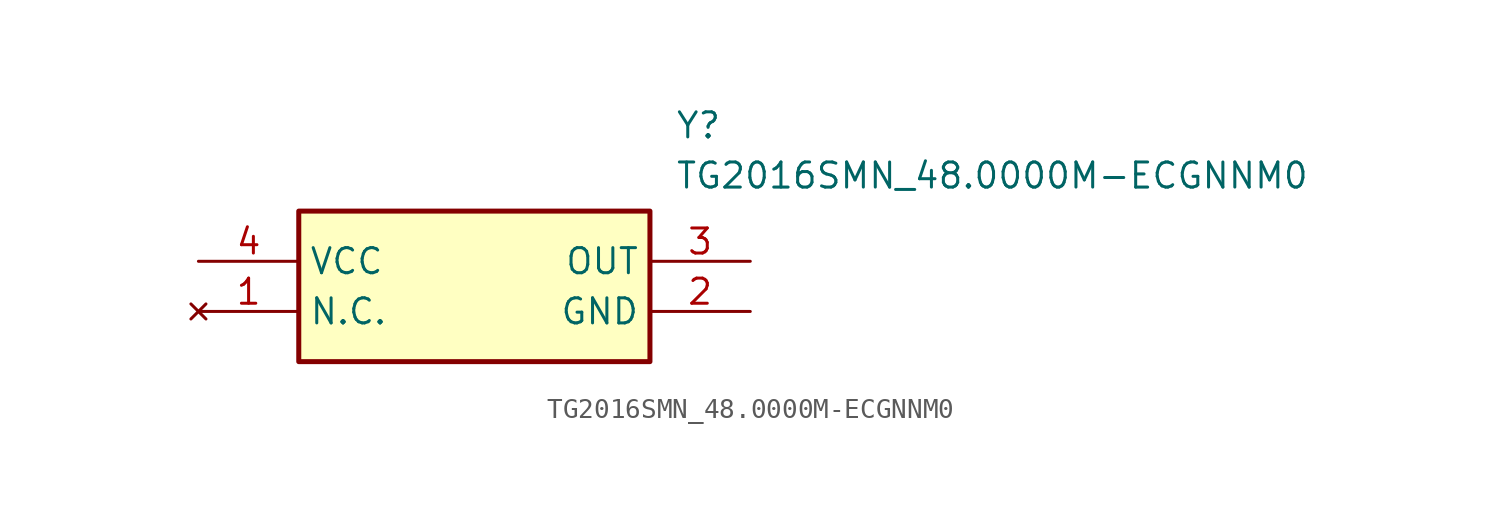
<source format=kicad_sym>
(kicad_symbol_lib
  (version 20211014)
  (generator SamacSys_ECAD_Model)
  (symbol "TG2016SMN_48.0000M-ECGNNM0"
    (property "Reference" "Y"
      (at 24.13 7.62 0)
      (effects (font (size 1.27 1.27)) (justify left top)))
    (property "Value" "TG2016SMN_48.0000M-ECGNNM0"
      (at 24.13 5.08 0)
      (effects (font (size 1.27 1.27)) (justify left top)))
    (rectangle
      (start 5.08 2.54)
      (end 22.86 -5.08)
      (stroke (width 0.254) (type default))
      (fill (type background)))
    (pin no_connect line
      (at 0 -2.54 0)
      (length 5.08)
      (name "N.C." (effects (font (size 1.27 1.27))))
      (number "1" (effects (font (size 1.27 1.27)))))
    (pin passive line
      (at 27.94 -2.54 180)
      (length 5.08)
      (name "GND" (effects (font (size 1.27 1.27))))
      (number "2" (effects (font (size 1.27 1.27)))))
    (pin passive line
      (at 27.94 0 180)
      (length 5.08)
      (name "OUT" (effects (font (size 1.27 1.27))))
      (number "3" (effects (font (size 1.27 1.27)))))
    (pin passive line
      (at 0 0 0)
      (length 5.08)
      (name "VCC" (effects (font (size 1.27 1.27))))
      (number "4" (effects (font (size 1.27 1.27)))))))
</source>
